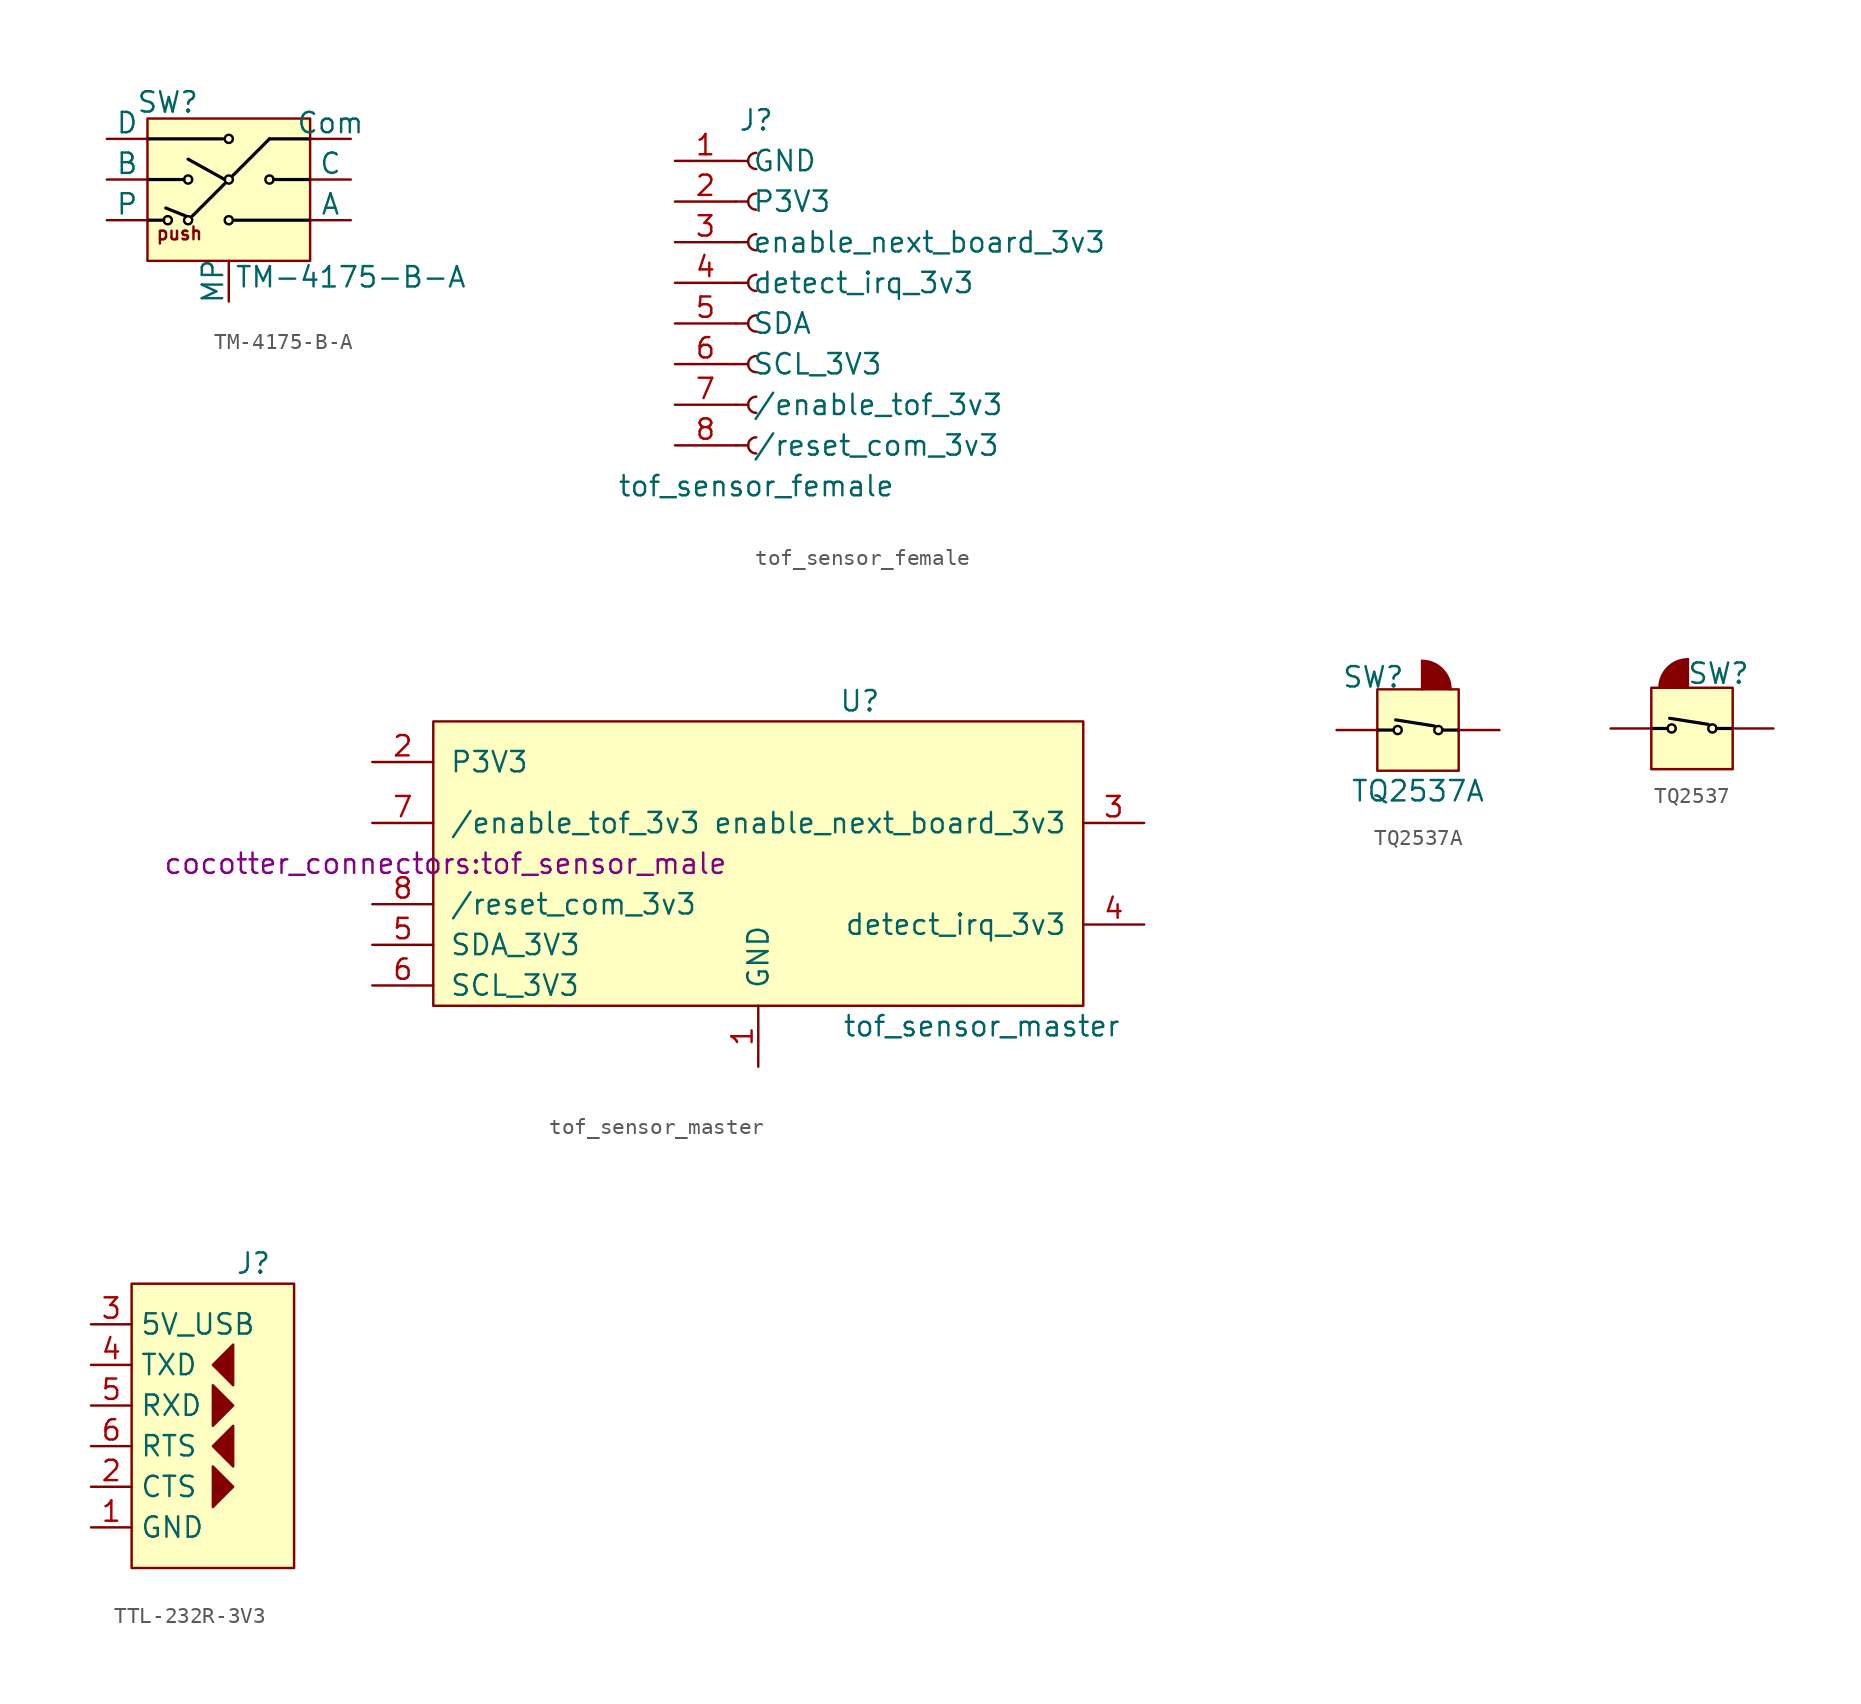
<source format=kicad_sym>
(kicad_symbol_lib
  (version 20231120)
  (generator "kicad_symbol_editor")
  (generator_version "8.0")
  (symbol "TM-4175-B-A"
    (pin_numbers hide)
    (pin_names
      (offset 0))
    (property "Reference" "SW"
      (at -8.89 9.906 0)
      (effects (font (size 1.27 1.27))))
    (property "Value" "TM-4175-B-A"
      (at 2.54 -1.016 0)
      (effects (font (size 1.27 1.27))))
    (symbol "TM-4175-B-A_1_1"
      (rectangle (start -10.16 8.89) (end 0 0) (stroke (width 0) (type default)) (fill (type background)))
      (circle (center -8.89 2.54) (radius 0.254) (stroke (width 0) (type default) (color 0 0 0 1)) (fill (type none)))
      (circle (center -7.62 2.54) (radius 0.254) (stroke (width 0) (type default) (color 0 0 0 1)) (fill (type none)))
      (circle (center -7.62 5.08) (radius 0.254) (stroke (width 0) (type default) (color 0 0 0 1)) (fill (type none)))
      (circle (center -5.08 2.54) (radius 0.254) (stroke (width 0) (type default) (color 0 0 0 1)) (fill (type none)))
      (circle (center -5.08 5.08) (radius 0.254) (stroke (width 0) (type default) (color 0 0 0 1)) (fill (type none)))
      (circle (center -5.08 7.62) (radius 0.254) (stroke (width 0) (type default) (color 0 0 0 1)) (fill (type none)))
      (circle (center -2.54 5.08) (radius 0.254) (stroke (width 0) (type default) (color 0 0 0 1)) (fill (type none)))
      (polyline (pts (xy -10.16 2.54) (xy -9.144 2.54)) (stroke (width 0.2) (type default) (color 0 0 0 1)) (fill (type none)))
      (polyline (pts (xy -10.16 5.08) (xy -7.874 5.08)) (stroke (width 0.2) (type default) (color 0 0 0 1)) (fill (type none)))
      (polyline (pts (xy -10.16 7.62) (xy -5.461 7.62)) (stroke (width 0.2) (type default) (color 0 0 0 1)) (fill (type none)))
      (polyline (pts (xy -7.747 2.794) (xy -9.017 3.302)) (stroke (width 0.2) (type default) (color 0 0 0 1)) (fill (type none)))
      (polyline (pts (xy -7.366 2.794) (xy -5.334 4.826)) (stroke (width 0.2) (type default) (color 0 0 0 1)) (fill (type none)))
      (polyline (pts (xy -5.334 5.08) (xy -7.62 6.35)) (stroke (width 0.2) (type default) (color 0 0 0 1)) (fill (type none)))
      (polyline (pts (xy -4.826 5.334) (xy -2.54 7.62)) (stroke (width 0.2) (type default) (color 0 0 0 1)) (fill (type none)))
      (polyline (pts (xy -4.699 2.54) (xy 0 2.54)) (stroke (width 0.2) (type default) (color 0 0 0 1)) (fill (type none)))
      (polyline (pts (xy -2.54 7.62) (xy 0 7.62)) (stroke (width 0.2) (type default) (color 0 0 0 1)) (fill (type none)))
      (polyline (pts (xy -2.286 5.08) (xy 0 5.08)) (stroke (width 0.2) (type default) (color 0 0 0 1)) (fill (type none)))
      (text "push" (at -8.163 1.713 0) (effects (font (size 0.8 0.8))))
      (pin passive line (at 2.54 2.54 180) (length 2.54) (name "A" (effects (font (size 1.27 1.27)))) (number "1" (effects (font (size 1.27 1.27)))))
      (pin passive line (at -12.7 2.54 0) (length 2.54) (name "P" (effects (font (size 1.27 1.27)))) (number "2" (effects (font (size 1.27 1.27)))))
      (pin passive line (at 2.54 5.08 180) (length 2.54) (name "C" (effects (font (size 1.27 1.27)))) (number "3" (effects (font (size 1.27 1.27)))))
      (pin passive line (at -12.7 5.08 0) (length 2.54) (name "B" (effects (font (size 1.27 1.27)))) (number "4" (effects (font (size 1.27 1.27)))))
      (pin passive line (at 2.54 7.62 180) (length 2.54) (name "Com" (effects (font (size 1.27 1.27)))) (number "5" (effects (font (size 1.27 1.27)))))
      (pin passive line (at -12.7 7.62 0) (length 2.54) (name "D" (effects (font (size 1.27 1.27)))) (number "6" (effects (font (size 1.27 1.27)))))
      (pin free line (at -5.08 -2.54 90) (length 2.54) (name "MP" (effects (font (size 1.27 1.27)))) (number "MP" (effects (font (size 1.27 1.27)))))))
  (symbol "tof_sensor_female"
    (pin_names
      (offset 1.016))
    (property "Reference" "J"
      (at 0 10.16 0)
      (effects (font (size 1.27 1.27))))
    (property "Value" "tof_sensor_female"
      (at 0 -12.7 0)
      (effects (font (size 1.27 1.27))))
    (symbol "tof_sensor_female_1_1"
      (arc (start 0 -9.652) (mid -0.5058 -10.16) (end 0 -10.668) (stroke (width 0.1524) (type default)) (fill (type none)))
      (arc (start 0 -7.112) (mid -0.5058 -7.62) (end 0 -8.128) (stroke (width 0.1524) (type default)) (fill (type none)))
      (arc (start 0 -4.572) (mid -0.5058 -5.08) (end 0 -5.588) (stroke (width 0.1524) (type default)) (fill (type none)))
      (arc (start 0 -2.032) (mid -0.5058 -2.54) (end 0 -3.048) (stroke (width 0.1524) (type default)) (fill (type none)))
      (polyline (pts (xy -1.27 -10.16) (xy -0.508 -10.16)) (stroke (width 0.152) (type default)) (fill (type none)))
      (polyline (pts (xy -1.27 -7.62) (xy -0.508 -7.62)) (stroke (width 0.152) (type default)) (fill (type none)))
      (polyline (pts (xy -1.27 -5.08) (xy -0.508 -5.08)) (stroke (width 0.152) (type default)) (fill (type none)))
      (polyline (pts (xy -1.27 -2.54) (xy -0.508 -2.54)) (stroke (width 0.152) (type default)) (fill (type none)))
      (polyline (pts (xy -1.27 0) (xy -0.508 0)) (stroke (width 0.152) (type default)) (fill (type none)))
      (polyline (pts (xy -1.27 2.54) (xy -0.508 2.54)) (stroke (width 0.152) (type default)) (fill (type none)))
      (polyline (pts (xy -1.27 5.08) (xy -0.508 5.08)) (stroke (width 0.152) (type default)) (fill (type none)))
      (polyline (pts (xy -1.27 7.62) (xy -0.508 7.62)) (stroke (width 0.152) (type default)) (fill (type none)))
      (arc (start 0 0.508) (mid -0.5058 0) (end 0 -0.508) (stroke (width 0.1524) (type default)) (fill (type none)))
      (arc (start 0 3.048) (mid -0.5058 2.54) (end 0 2.032) (stroke (width 0.1524) (type default)) (fill (type none)))
      (arc (start 0 5.588) (mid -0.5058 5.08) (end 0 4.572) (stroke (width 0.1524) (type default)) (fill (type none)))
      (arc (start 0 8.128) (mid -0.5058 7.62) (end 0 7.112) (stroke (width 0.1524) (type default)) (fill (type none)))
      (pin passive line (at -5.08 7.62 0) (length 3.81) (name "GND" (effects (font (size 1.27 1.27)))) (number "1" (effects (font (size 1.27 1.27)))))
      (pin power_in line (at -5.08 5.08 0) (length 3.81) (name "P3V3" (effects (font (size 1.27 1.27)))) (number "2" (effects (font (size 1.27 1.27)))))
      (pin output line (at -5.08 2.54 0) (length 3.81) (name "enable_next_board_3v3" (effects (font (size 1.27 1.27)))) (number "3" (effects (font (size 1.27 1.27)))))
      (pin output line (at -5.08 0 0) (length 3.81) (name "detect_irq_3v3" (effects (font (size 1.27 1.27)))) (number "4" (effects (font (size 1.27 1.27)))))
      (pin bidirectional line (at -5.08 -2.54 0) (length 3.81) (name "SDA" (effects (font (size 1.27 1.27)))) (number "5" (effects (font (size 1.27 1.27)))))
      (pin input line (at -5.08 -5.08 0) (length 3.81) (name "SCL_3V3" (effects (font (size 1.27 1.27)))) (number "6" (effects (font (size 1.27 1.27)))))
      (pin input line (at -5.08 -7.62 0) (length 3.81) (name "/enable_tof_3v3" (effects (font (size 1.27 1.27)))) (number "7" (effects (font (size 1.27 1.27)))))
      (pin input line (at -5.08 -10.16 0) (length 3.81) (name "/reset_com_3v3" (effects (font (size 1.27 1.27)))) (number "8" (effects (font (size 1.27 1.27)))))))
  (symbol "tof_sensor_master"
    (pin_names
      (offset 1.016))
    (property "Reference" "U"
      (at 6.35 10.16 0)
      (effects (font (size 1.27 1.27))))
    (property "Value" "tof_sensor_master"
      (at 13.97 -10.16 0)
      (effects (font (size 1.27 1.27))))
    (property "Footprint" "cocotter_connectors:tof_sensor_male"
      (at -19.558 0 0)
      (effects (font (size 1.27 1.27))))
    (symbol "tof_sensor_master_1_1"
      (rectangle (start -20.32 8.89) (end 20.32 -8.89) (stroke (width 0) (type default)) (fill (type background)))
      (pin passive line (at 0 -12.7 90) (length 3.81) (name "GND" (effects (font (size 1.27 1.27)))) (number "1" (effects (font (size 1.27 1.27)))))
      (pin power_in line (at -24.13 6.35 0) (length 3.81) (name "P3V3" (effects (font (size 1.27 1.27)))) (number "2" (effects (font (size 1.27 1.27)))))
      (pin output line (at 24.13 2.54 180) (length 3.81) (name "enable_next_board_3v3" (effects (font (size 1.27 1.27)))) (number "3" (effects (font (size 1.27 1.27)))))
      (pin output line (at 24.13 -3.81 180) (length 3.81) (name "detect_irq_3v3" (effects (font (size 1.27 1.27)))) (number "4" (effects (font (size 1.27 1.27)))))
      (pin bidirectional line (at -24.13 -5.08 0) (length 3.81) (name "SDA_3V3" (effects (font (size 1.27 1.27)))) (number "5" (effects (font (size 1.27 1.27)))))
      (pin input line (at -24.13 -7.62 0) (length 3.81) (name "SCL_3V3" (effects (font (size 1.27 1.27)))) (number "6" (effects (font (size 1.27 1.27)))))
      (pin input line (at -24.13 2.54 0) (length 3.81) (name "/enable_tof_3v3" (effects (font (size 1.27 1.27)))) (number "7" (effects (font (size 1.27 1.27)))))
      (pin input line (at -24.13 -2.54 0) (length 3.81) (name "/reset_com_3v3" (effects (font (size 1.27 1.27)))) (number "8" (effects (font (size 1.27 1.27)))))))
  (symbol "TQ2537A"
    (pin_numbers hide)
    (pin_names
      (offset 0) hide)
    (property "Reference" "SW"
      (at -2.794 3.302 0)
      (effects (font (size 1.27 1.27))))
    (property "Value" "TQ2537A"
      (at 0 -3.81 0)
      (effects (font (size 1.27 1.27))))
    (symbol "TQ2537A_0_1"
      (polyline (pts (xy 0.254 4.318) (xy 0.254 2.54)) (stroke (width 0) (type default)) (fill (type none))))
    (symbol "TQ2537A_1_1"
      (rectangle (start -2.54 2.54) (end 2.54 -2.54) (stroke (width 0) (type default)) (fill (type background)))
      (circle (center -1.27 0) (radius 0.254) (stroke (width 0) (type default) (color 0 0 0 1)) (fill (type none)))
      (polyline (pts (xy -2.54 0) (xy -1.524 0)) (stroke (width 0.2) (type default) (color 0 0 0 1)) (fill (type none)))
      (polyline (pts (xy 1.016 0.254) (xy -1.397 0.635)) (stroke (width 0.2) (type default) (color 0 0 0 1)) (fill (type none)))
      (polyline (pts (xy 1.524 0) (xy 2.54 0)) (stroke (width 0.2) (type default) (color 0 0 0 1)) (fill (type none)))
      (circle (center 1.27 0) (radius 0.254) (stroke (width 0) (type default) (color 0 0 0 1)) (fill (type none)))
      (arc (start 2.032 2.54) (mid 1.5105 3.7965) (end 0.254 4.318) (stroke (width 0) (type default)) (fill (type outline)))
      (pin passive line (at -5.08 0 0) (length 2.54) (name "" (effects (font (size 1.27 1.27)))) (number "1" (effects (font (size 1.27 1.27)))))
      (pin passive line (at 5.08 0 180) (length 2.54) (name "" (effects (font (size 1.27 1.27)))) (number "2" (effects (font (size 1.27 1.27)))))))
  (symbol "TQ2537"
    (pin_numbers hide)
    (pin_names
      (offset 0) hide)
    (property "Reference" "SW"
      (at 1.651 3.429 0)
      (effects (font (size 1.27 1.27))))
    (symbol "TQ2537_0_1"
      (polyline (pts (xy -0.254 4.318) (xy -0.254 2.54)) (stroke (width 0) (type default)) (fill (type none))))
    (symbol "TQ2537_1_1"
      (rectangle (start -2.54 2.54) (end 2.54 -2.54) (stroke (width 0) (type default)) (fill (type background)))
      (circle (center -1.27 0) (radius 0.254) (stroke (width 0) (type default) (color 0 0 0 1)) (fill (type none)))
      (arc (start -0.254 4.318) (mid -1.5105 3.7965) (end -2.032 2.54) (stroke (width 0) (type default)) (fill (type outline)))
      (polyline (pts (xy -2.54 0) (xy -1.524 0)) (stroke (width 0.2) (type default) (color 0 0 0 1)) (fill (type none)))
      (polyline (pts (xy 1.016 0.254) (xy -1.397 0.635)) (stroke (width 0.2) (type default) (color 0 0 0 1)) (fill (type none)))
      (polyline (pts (xy 1.524 0) (xy 2.54 0)) (stroke (width 0.2) (type default) (color 0 0 0 1)) (fill (type none)))
      (circle (center 1.27 0) (radius 0.254) (stroke (width 0) (type default) (color 0 0 0 1)) (fill (type none)))
      (pin passive line (at -5.08 0 0) (length 2.54) (name "" (effects (font (size 1.27 1.27)))) (number "1" (effects (font (size 1.27 1.27)))))
      (pin passive line (at 5.08 0 180) (length 2.54) (name "" (effects (font (size 1.27 1.27)))) (number "2" (effects (font (size 1.27 1.27)))))))
  (symbol "TTL-232R-3V3"
    (property "Reference" "J"
      (at 2.54 10.16 0)
      (effects (font (size 1.27 1.27))))
    (property "Value" ""
      (at -3.81 -3.81 0)
      (effects (font (size 1.27 1.27))))
    (symbol "TTL-232R-3V3_1_1"
      (rectangle (start -5.08 8.89) (end 5.08 -8.89) (stroke (width 0) (type default)) (fill (type background)))
      (polyline (pts (xy 0 -2.54) (xy 0 -5.08) (xy 1.27 -3.81) (xy 0 -2.54)) (stroke (width 0) (type default)) (fill (type outline)))
      (polyline (pts (xy 0 2.54) (xy 0 0) (xy 1.27 1.27) (xy 0 2.54)) (stroke (width 0) (type default)) (fill (type outline)))
      (polyline (pts (xy 1.27 -2.54) (xy 1.27 0) (xy 0 -1.27) (xy 1.27 -2.54)) (stroke (width 0) (type default)) (fill (type outline)))
      (polyline (pts (xy 1.27 5.08) (xy 0 3.81) (xy 1.27 2.54) (xy 1.27 5.08)) (stroke (width 0) (type default)) (fill (type outline)))
      (pin passive line (at -7.62 -6.35 0) (length 2.54) (name "GND" (effects (font (size 1.27 1.27)))) (number "1" (effects (font (size 1.27 1.27)))))
      (pin input line (at -7.62 -3.81 0) (length 2.54) (name "CTS" (effects (font (size 1.27 1.27)))) (number "2" (effects (font (size 1.27 1.27)))))
      (pin power_out line (at -7.62 6.35 0) (length 2.54) (name "5V_USB" (effects (font (size 1.27 1.27)))) (number "3" (effects (font (size 1.27 1.27)))))
      (pin passive line (at -7.62 3.81 0) (length 2.54) (name "TXD" (effects (font (size 1.27 1.27)))) (number "4" (effects (font (size 1.27 1.27)))))
      (pin input line (at -7.62 1.27 0) (length 2.54) (name "RXD" (effects (font (size 1.27 1.27)))) (number "5" (effects (font (size 1.27 1.27)))))
      (pin output line (at -7.62 -1.27 0) (length 2.54) (name "RTS" (effects (font (size 1.27 1.27)))) (number "6" (effects (font (size 1.27 1.27))))))))
</source>
